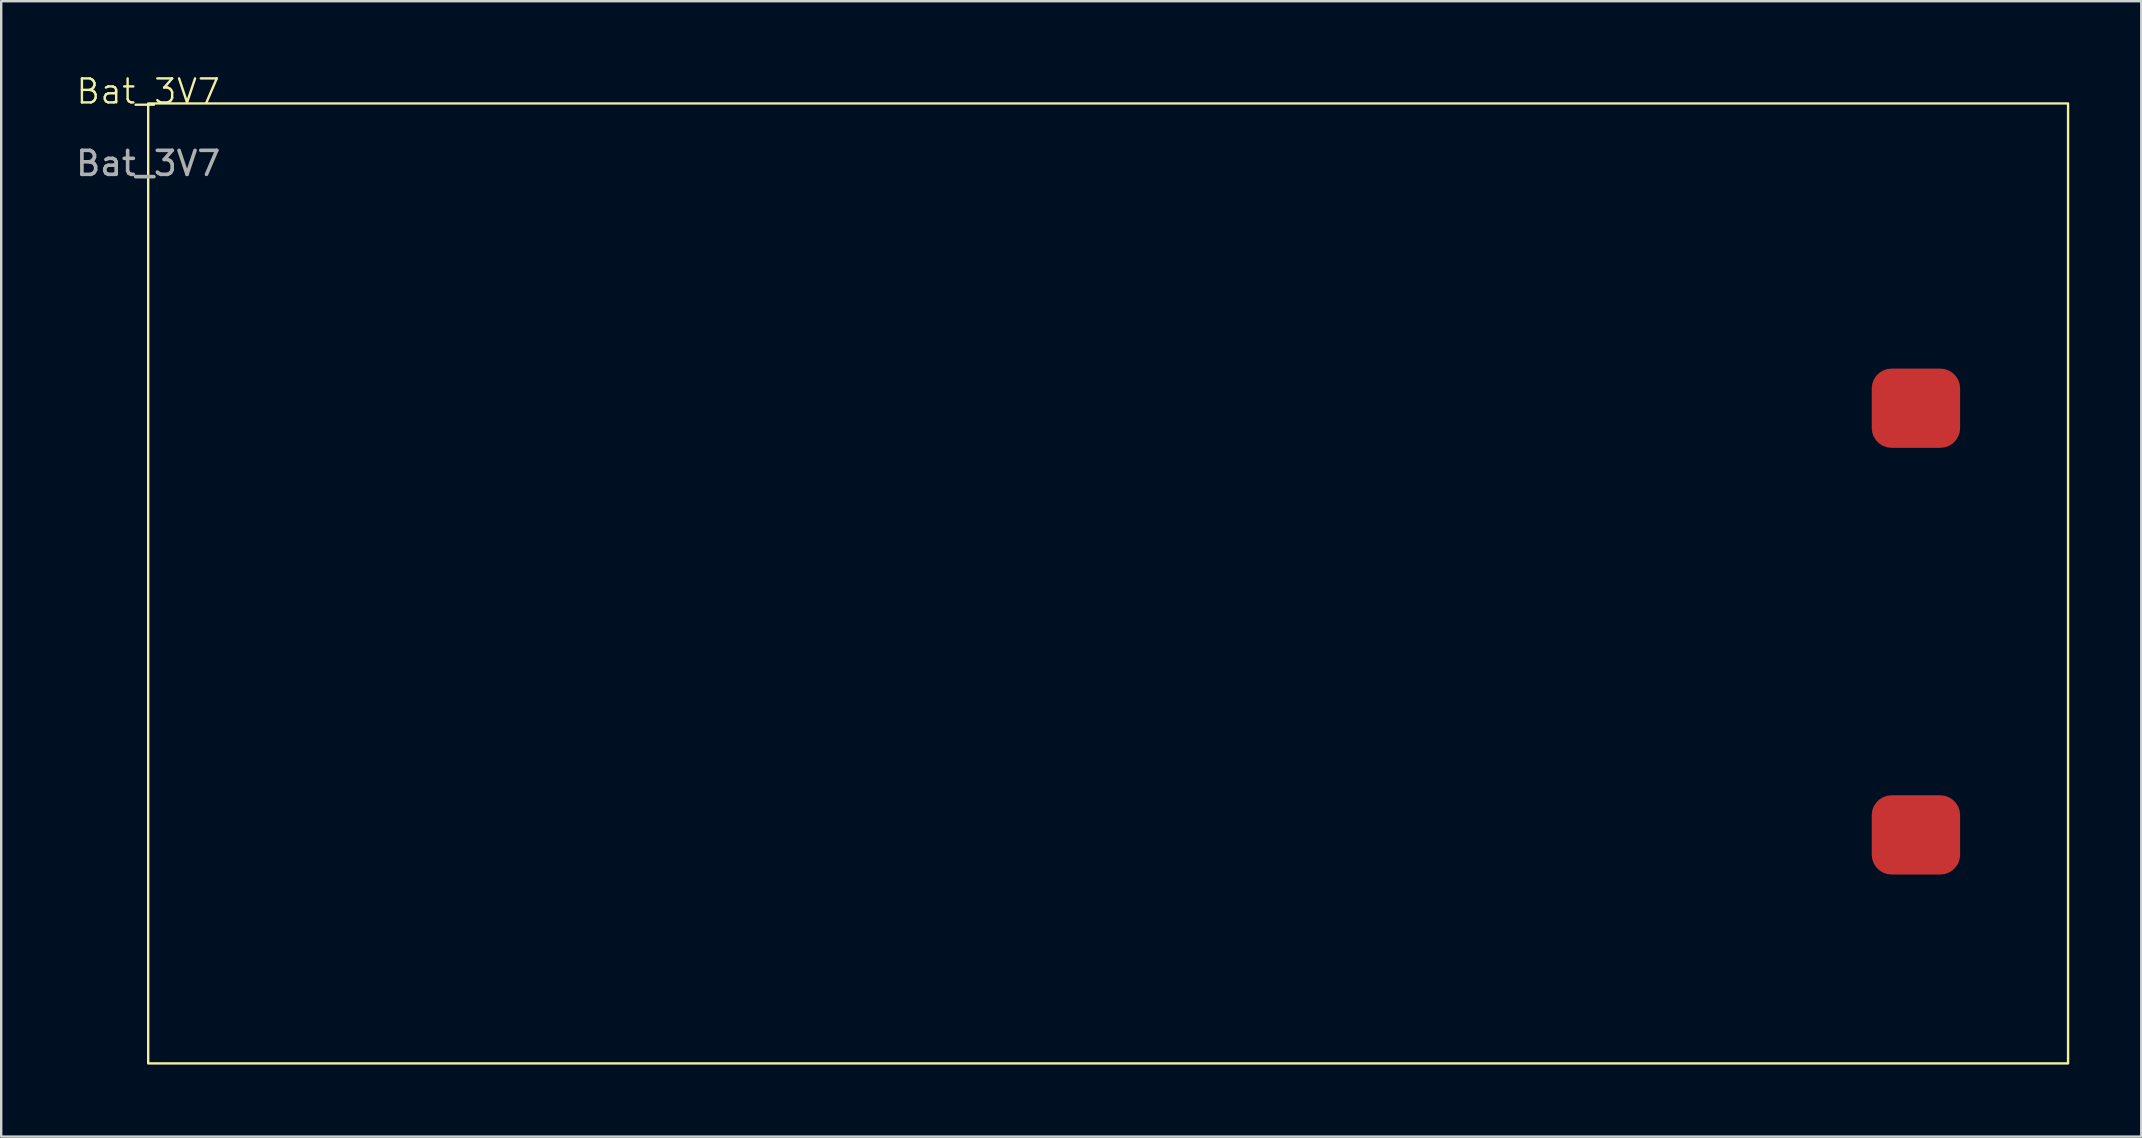
<source format=kicad_pcb>
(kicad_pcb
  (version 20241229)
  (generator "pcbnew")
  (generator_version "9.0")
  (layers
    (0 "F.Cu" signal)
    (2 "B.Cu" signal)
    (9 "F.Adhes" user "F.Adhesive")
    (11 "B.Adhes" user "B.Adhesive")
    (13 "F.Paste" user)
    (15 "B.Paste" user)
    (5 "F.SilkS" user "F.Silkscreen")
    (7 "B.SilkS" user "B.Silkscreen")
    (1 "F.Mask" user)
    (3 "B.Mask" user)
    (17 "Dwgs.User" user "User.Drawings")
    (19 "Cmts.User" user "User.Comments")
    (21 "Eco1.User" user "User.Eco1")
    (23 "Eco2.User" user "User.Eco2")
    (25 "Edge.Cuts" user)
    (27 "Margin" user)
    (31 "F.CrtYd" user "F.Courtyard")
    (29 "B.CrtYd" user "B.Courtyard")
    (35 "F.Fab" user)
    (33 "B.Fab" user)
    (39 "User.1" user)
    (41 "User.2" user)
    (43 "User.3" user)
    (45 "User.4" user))
  (footprint "Bat_3V7"
    (layer "F.Cu")
    (at 3.125 1.26)
    (property "Reference" "Bat_3V7" (at 0 -0.5 0) (unlocked yes) (layer "F.SilkS") (effects (font (size 1 1) (thickness 0.1))))
    (attr smd)
    (fp_rect (start 0 0) (end 80 40) (stroke (width 0.1) (type default)) (fill no) (layer "F.SilkS"))
    (fp_text user "${REFERENCE}" (at 0 2.5 0) (unlocked yes) (layer "F.Fab") (effects (font (size 1 1) (thickness 0.15))))
    (pad "V+" smd roundrect (at 73.66 12.7) (size 3.683 3.302) (layers "F.Cu" "F.Mask" "F.Paste") (roundrect_rratio 0.25))
    (pad "V-" smd roundrect (at 73.66 30.48) (size 3.683 3.302) (layers "F.Cu" "F.Mask" "F.Paste") (roundrect_rratio 0.25)))
  (gr_rect
    (start -3 -3)
    (end 86.175 44.31)
    (stroke (width 0.1) (type default))
    (fill no)
    (layer "Edge.Cuts")))
</source>
